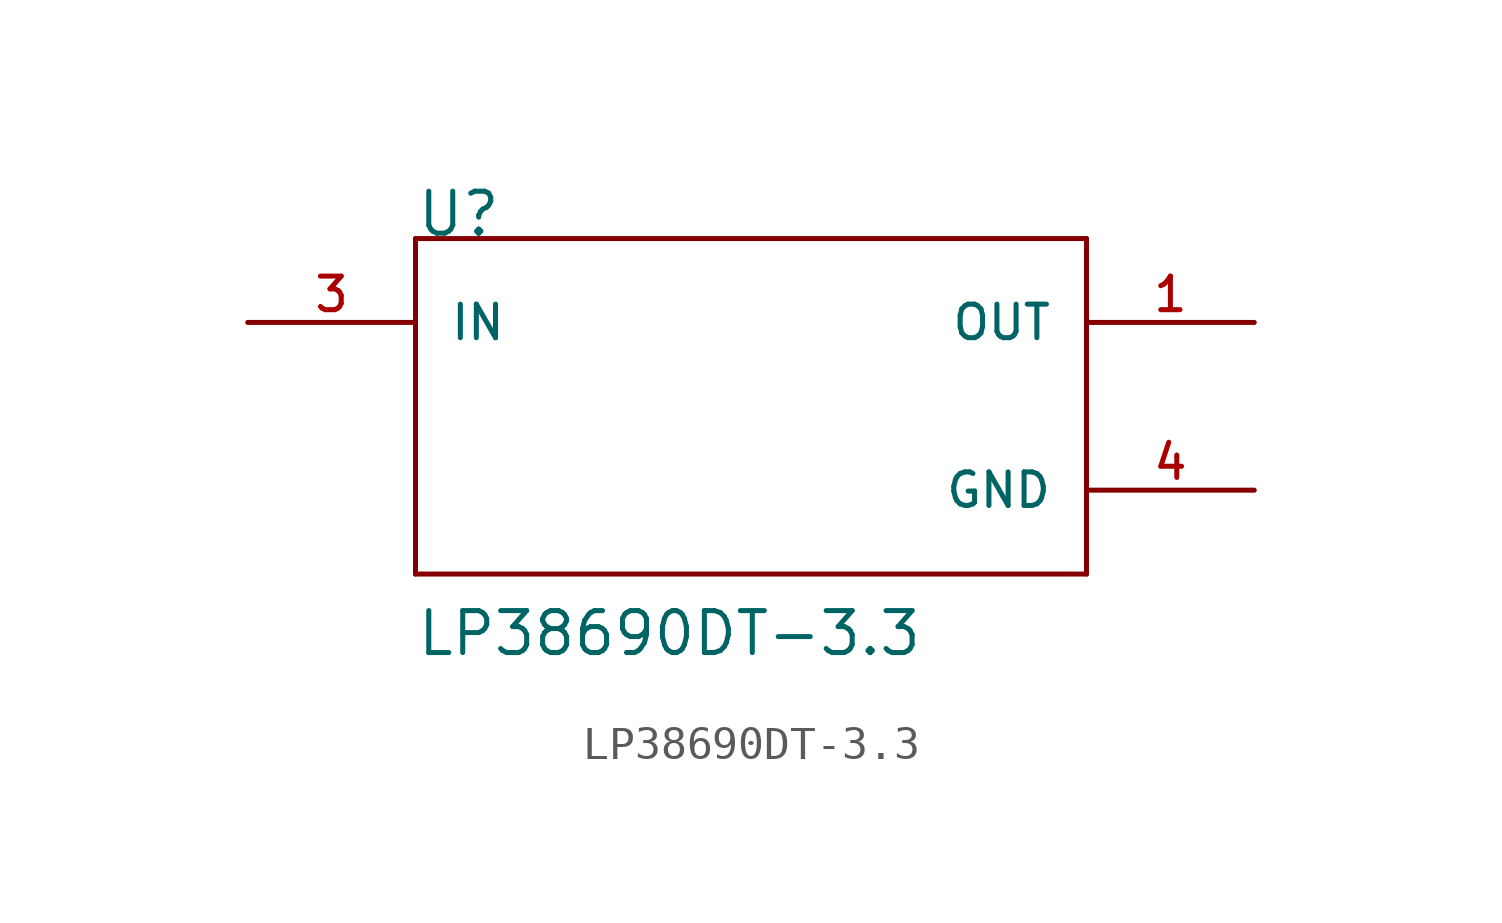
<source format=kicad_sym>
(kicad_symbol_lib
  (version 20220914)
  (generator kicad_symbol_editor)
  (symbol "LP38690DT-3.3"
    (pin_names
      (offset 1.016))
    (property "Reference" "U"
      (at -10.16 5.08 0)
      (effects (font (size 1.27 1.27)) (justify left bottom)))
    (property "Value" "LP38690DT-3.3"
      (at -10.16 -7.62 0)
      (effects (font (size 1.27 1.27)) (justify left bottom)))
    (property "ki_locked" ""
      (at 0 0 0)
      (effects (font (size 1.27 1.27))))
    (symbol "LP38690DT-3.3_0_0"
      (polyline (pts (xy -10.16 -5.08) (xy 10.16 -5.08)) (stroke (width 0.152) (type solid)) (fill (type none)))
      (polyline (pts (xy -10.16 5.08) (xy -10.16 -5.08)) (stroke (width 0.152) (type solid)) (fill (type none)))
      (polyline (pts (xy 10.16 -5.08) (xy 10.16 5.08)) (stroke (width 0.152) (type solid)) (fill (type none)))
      (polyline (pts (xy 10.16 5.08) (xy -10.16 5.08)) (stroke (width 0.152) (type solid)) (fill (type none)))
      (pin output line (at 15.24 2.54 180) (length 5.08) (name "OUT" (effects (font (size 1.016 1.016)))) (number "1" (effects (font (size 1.016 1.016)))))
      (pin input line (at -15.24 2.54 0) (length 5.08) (name "IN" (effects (font (size 1.016 1.016)))) (number "3" (effects (font (size 1.016 1.016)))))
      (pin power_in line (at 15.24 -2.54 180) (length 5.08) (name "GND" (effects (font (size 1.016 1.016)))) (number "4" (effects (font (size 1.016 1.016))))))))
</source>
